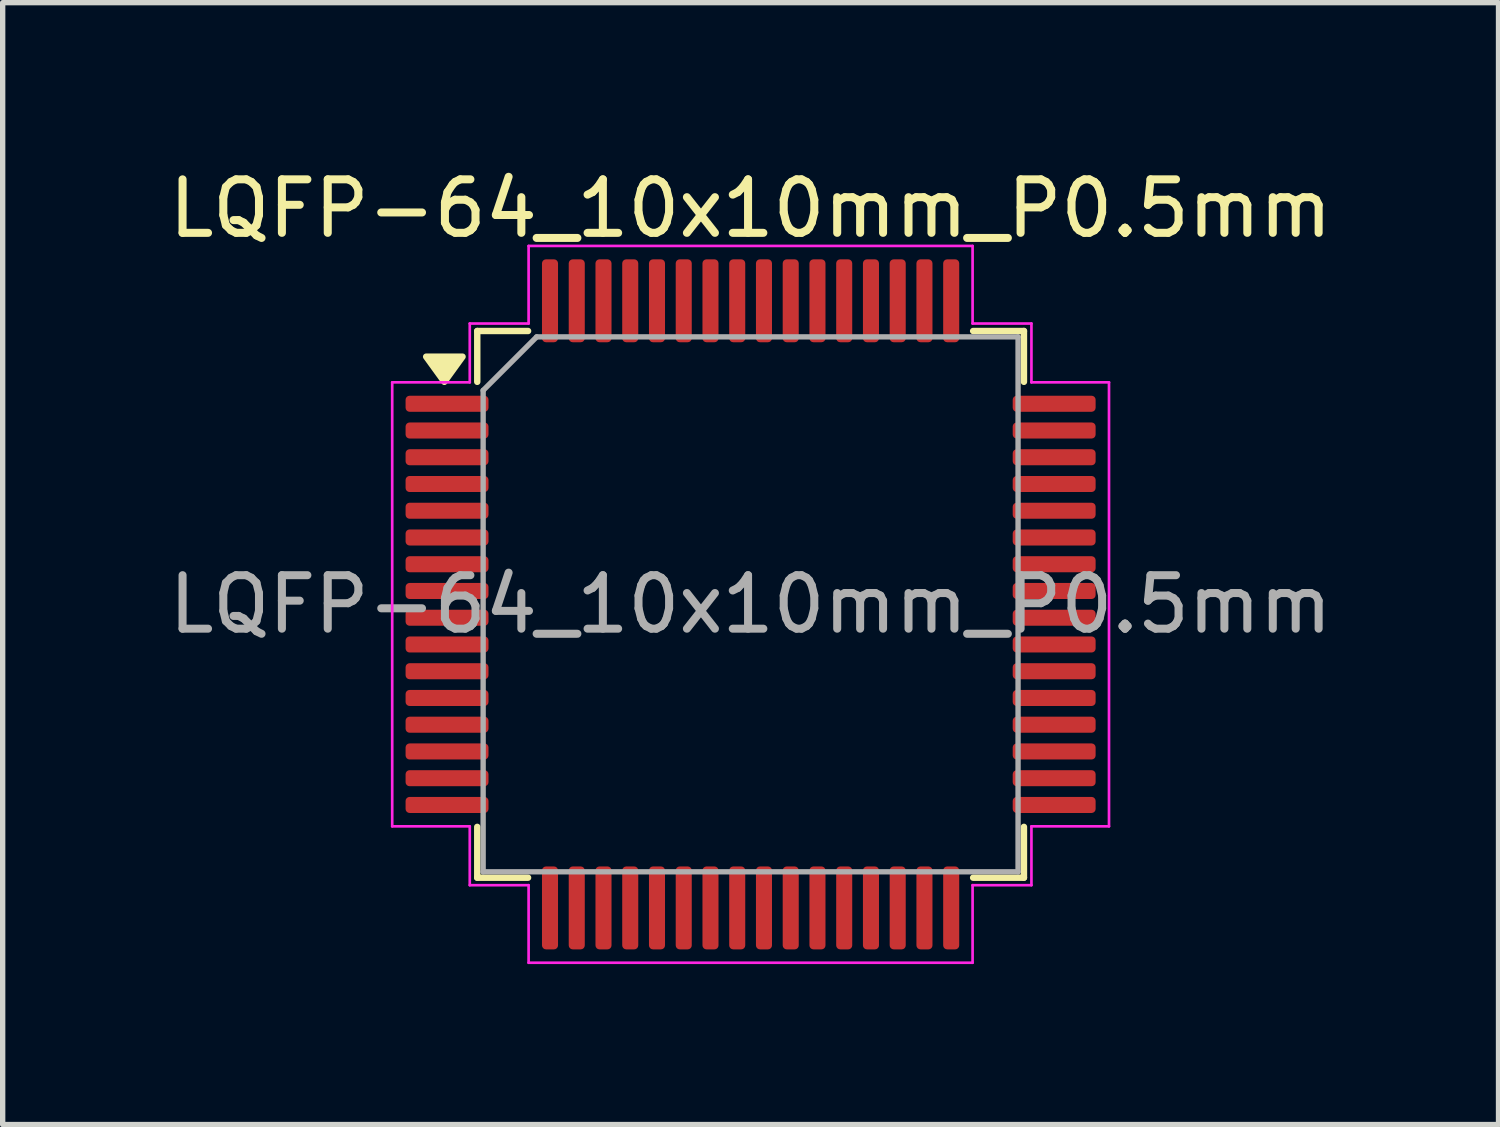
<source format=kicad_pcb>
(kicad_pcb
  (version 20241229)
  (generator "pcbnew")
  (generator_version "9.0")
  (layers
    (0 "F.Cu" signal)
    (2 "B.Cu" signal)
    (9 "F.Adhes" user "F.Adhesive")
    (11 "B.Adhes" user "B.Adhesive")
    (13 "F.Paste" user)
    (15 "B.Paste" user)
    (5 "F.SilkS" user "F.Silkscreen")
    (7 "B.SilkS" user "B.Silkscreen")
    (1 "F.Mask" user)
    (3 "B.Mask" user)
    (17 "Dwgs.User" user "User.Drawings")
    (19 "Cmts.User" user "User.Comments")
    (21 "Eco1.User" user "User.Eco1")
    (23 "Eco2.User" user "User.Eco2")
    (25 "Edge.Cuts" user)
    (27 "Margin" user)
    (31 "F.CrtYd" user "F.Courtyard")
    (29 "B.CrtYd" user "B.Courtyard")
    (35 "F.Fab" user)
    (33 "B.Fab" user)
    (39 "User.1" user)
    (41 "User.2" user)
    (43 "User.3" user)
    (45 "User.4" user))
  (footprint "LQFP-64_10x10mm_P0.5mm"
    (layer "F.Cu")
    (at 10.982 8.248)
    (property "Reference" "LQFP-64_10x10mm_P0.5mm" (at 0 -7.4 0) (layer "F.SilkS") (effects (font (size 1 1) (thickness 0.15))))
    (attr smd)
    (fp_line (start -5.11 -5.11) (end -5.11 -4.16) (stroke (width 0.12) (type solid)) (layer "F.SilkS"))
    (fp_line (start -5.11 5.11) (end -5.11 4.16) (stroke (width 0.12) (type solid)) (layer "F.SilkS"))
    (fp_line (start -4.16 -5.11) (end -5.11 -5.11) (stroke (width 0.12) (type solid)) (layer "F.SilkS"))
    (fp_line (start -4.16 5.11) (end -5.11 5.11) (stroke (width 0.12) (type solid)) (layer "F.SilkS"))
    (fp_line (start 4.16 -5.11) (end 5.11 -5.11) (stroke (width 0.12) (type solid)) (layer "F.SilkS"))
    (fp_line (start 4.16 5.11) (end 5.11 5.11) (stroke (width 0.12) (type solid)) (layer "F.SilkS"))
    (fp_line (start 5.11 -5.11) (end 5.11 -4.16) (stroke (width 0.12) (type solid)) (layer "F.SilkS"))
    (fp_line (start 5.11 5.11) (end 5.11 4.16) (stroke (width 0.12) (type solid)) (layer "F.SilkS"))
    (fp_poly (pts (xy -5.725 -4.16) (xy -6.065 -4.63) (xy -5.385 -4.63)) (stroke (width 0.12) (type solid)) (fill yes) (layer "F.SilkS"))
    (fp_line (start -6.7 -4.15) (end -5.25 -4.15) (stroke (width 0.05) (type solid)) (layer "F.CrtYd"))
    (fp_line (start -6.7 4.15) (end -6.7 -4.15) (stroke (width 0.05) (type solid)) (layer "F.CrtYd"))
    (fp_line (start -5.25 -5.25) (end -4.15 -5.25) (stroke (width 0.05) (type solid)) (layer "F.CrtYd"))
    (fp_line (start -5.25 -4.15) (end -5.25 -5.25) (stroke (width 0.05) (type solid)) (layer "F.CrtYd"))
    (fp_line (start -5.25 4.15) (end -6.7 4.15) (stroke (width 0.05) (type solid)) (layer "F.CrtYd"))
    (fp_line (start -5.25 5.25) (end -5.25 4.15) (stroke (width 0.05) (type solid)) (layer "F.CrtYd"))
    (fp_line (start -4.15 -6.7) (end 4.15 -6.7) (stroke (width 0.05) (type solid)) (layer "F.CrtYd"))
    (fp_line (start -4.15 -5.25) (end -4.15 -6.7) (stroke (width 0.05) (type solid)) (layer "F.CrtYd"))
    (fp_line (start -4.15 5.25) (end -5.25 5.25) (stroke (width 0.05) (type solid)) (layer "F.CrtYd"))
    (fp_line (start -4.15 6.7) (end -4.15 5.25) (stroke (width 0.05) (type solid)) (layer "F.CrtYd"))
    (fp_line (start 4.15 -6.7) (end 4.15 -5.25) (stroke (width 0.05) (type solid)) (layer "F.CrtYd"))
    (fp_line (start 4.15 -5.25) (end 5.25 -5.25) (stroke (width 0.05) (type solid)) (layer "F.CrtYd"))
    (fp_line (start 4.15 5.25) (end 4.15 6.7) (stroke (width 0.05) (type solid)) (layer "F.CrtYd"))
    (fp_line (start 4.15 6.7) (end -4.15 6.7) (stroke (width 0.05) (type solid)) (layer "F.CrtYd"))
    (fp_line (start 5.25 -5.25) (end 5.25 -4.15) (stroke (width 0.05) (type solid)) (layer "F.CrtYd"))
    (fp_line (start 5.25 -4.15) (end 6.7 -4.15) (stroke (width 0.05) (type solid)) (layer "F.CrtYd"))
    (fp_line (start 5.25 4.15) (end 5.25 5.25) (stroke (width 0.05) (type solid)) (layer "F.CrtYd"))
    (fp_line (start 5.25 5.25) (end 4.15 5.25) (stroke (width 0.05) (type solid)) (layer "F.CrtYd"))
    (fp_line (start 6.7 -4.15) (end 6.7 4.15) (stroke (width 0.05) (type solid)) (layer "F.CrtYd"))
    (fp_line (start 6.7 4.15) (end 5.25 4.15) (stroke (width 0.05) (type solid)) (layer "F.CrtYd"))
    (fp_line (start -5 -4) (end -4 -5) (stroke (width 0.1) (type solid)) (layer "F.Fab"))
    (fp_line (start -5 5) (end -5 -4) (stroke (width 0.1) (type solid)) (layer "F.Fab"))
    (fp_line (start -4 -5) (end 5 -5) (stroke (width 0.1) (type solid)) (layer "F.Fab"))
    (fp_line (start 5 -5) (end 5 5) (stroke (width 0.1) (type solid)) (layer "F.Fab"))
    (fp_line (start 5 5) (end -5 5) (stroke (width 0.1) (type solid)) (layer "F.Fab"))
    (fp_text user "${REFERENCE}" (at 0 0 0) (layer "F.Fab") (effects (font (size 1 1) (thickness 0.15))))
    (pad "1" smd roundrect (at -5.675 -3.75) (size 1.55 0.3) (layers "F.Cu" "F.Mask" "F.Paste") (roundrect_rratio 0.25))
    (pad "2" smd roundrect (at -5.675 -3.25) (size 1.55 0.3) (layers "F.Cu" "F.Mask" "F.Paste") (roundrect_rratio 0.25))
    (pad "3" smd roundrect (at -5.675 -2.75) (size 1.55 0.3) (layers "F.Cu" "F.Mask" "F.Paste") (roundrect_rratio 0.25))
    (pad "4" smd roundrect (at -5.675 -2.25) (size 1.55 0.3) (layers "F.Cu" "F.Mask" "F.Paste") (roundrect_rratio 0.25))
    (pad "5" smd roundrect (at -5.675 -1.75) (size 1.55 0.3) (layers "F.Cu" "F.Mask" "F.Paste") (roundrect_rratio 0.25))
    (pad "6" smd roundrect (at -5.675 -1.25) (size 1.55 0.3) (layers "F.Cu" "F.Mask" "F.Paste") (roundrect_rratio 0.25))
    (pad "7" smd roundrect (at -5.675 -0.75) (size 1.55 0.3) (layers "F.Cu" "F.Mask" "F.Paste") (roundrect_rratio 0.25))
    (pad "8" smd roundrect (at -5.675 -0.25) (size 1.55 0.3) (layers "F.Cu" "F.Mask" "F.Paste") (roundrect_rratio 0.25))
    (pad "9" smd roundrect (at -5.675 0.25) (size 1.55 0.3) (layers "F.Cu" "F.Mask" "F.Paste") (roundrect_rratio 0.25))
    (pad "10" smd roundrect (at -5.675 0.75) (size 1.55 0.3) (layers "F.Cu" "F.Mask" "F.Paste") (roundrect_rratio 0.25))
    (pad "11" smd roundrect (at -5.675 1.25) (size 1.55 0.3) (layers "F.Cu" "F.Mask" "F.Paste") (roundrect_rratio 0.25))
    (pad "12" smd roundrect (at -5.675 1.75) (size 1.55 0.3) (layers "F.Cu" "F.Mask" "F.Paste") (roundrect_rratio 0.25))
    (pad "13" smd roundrect (at -5.675 2.25) (size 1.55 0.3) (layers "F.Cu" "F.Mask" "F.Paste") (roundrect_rratio 0.25))
    (pad "14" smd roundrect (at -5.675 2.75) (size 1.55 0.3) (layers "F.Cu" "F.Mask" "F.Paste") (roundrect_rratio 0.25))
    (pad "15" smd roundrect (at -5.675 3.25) (size 1.55 0.3) (layers "F.Cu" "F.Mask" "F.Paste") (roundrect_rratio 0.25))
    (pad "16" smd roundrect (at -5.675 3.75) (size 1.55 0.3) (layers "F.Cu" "F.Mask" "F.Paste") (roundrect_rratio 0.25))
    (pad "17" smd roundrect (at -3.75 5.675) (size 0.3 1.55) (layers "F.Cu" "F.Mask" "F.Paste") (roundrect_rratio 0.25))
    (pad "18" smd roundrect (at -3.25 5.675) (size 0.3 1.55) (layers "F.Cu" "F.Mask" "F.Paste") (roundrect_rratio 0.25))
    (pad "19" smd roundrect (at -2.75 5.675) (size 0.3 1.55) (layers "F.Cu" "F.Mask" "F.Paste") (roundrect_rratio 0.25))
    (pad "20" smd roundrect (at -2.25 5.675) (size 0.3 1.55) (layers "F.Cu" "F.Mask" "F.Paste") (roundrect_rratio 0.25))
    (pad "21" smd roundrect (at -1.75 5.675) (size 0.3 1.55) (layers "F.Cu" "F.Mask" "F.Paste") (roundrect_rratio 0.25))
    (pad "22" smd roundrect (at -1.25 5.675) (size 0.3 1.55) (layers "F.Cu" "F.Mask" "F.Paste") (roundrect_rratio 0.25))
    (pad "23" smd roundrect (at -0.75 5.675) (size 0.3 1.55) (layers "F.Cu" "F.Mask" "F.Paste") (roundrect_rratio 0.25))
    (pad "24" smd roundrect (at -0.25 5.675) (size 0.3 1.55) (layers "F.Cu" "F.Mask" "F.Paste") (roundrect_rratio 0.25))
    (pad "25" smd roundrect (at 0.25 5.675) (size 0.3 1.55) (layers "F.Cu" "F.Mask" "F.Paste") (roundrect_rratio 0.25))
    (pad "26" smd roundrect (at 0.75 5.675) (size 0.3 1.55) (layers "F.Cu" "F.Mask" "F.Paste") (roundrect_rratio 0.25))
    (pad "27" smd roundrect (at 1.25 5.675) (size 0.3 1.55) (layers "F.Cu" "F.Mask" "F.Paste") (roundrect_rratio 0.25))
    (pad "28" smd roundrect (at 1.75 5.675) (size 0.3 1.55) (layers "F.Cu" "F.Mask" "F.Paste") (roundrect_rratio 0.25))
    (pad "29" smd roundrect (at 2.25 5.675) (size 0.3 1.55) (layers "F.Cu" "F.Mask" "F.Paste") (roundrect_rratio 0.25))
    (pad "30" smd roundrect (at 2.75 5.675) (size 0.3 1.55) (layers "F.Cu" "F.Mask" "F.Paste") (roundrect_rratio 0.25))
    (pad "31" smd roundrect (at 3.25 5.675) (size 0.3 1.55) (layers "F.Cu" "F.Mask" "F.Paste") (roundrect_rratio 0.25))
    (pad "32" smd roundrect (at 3.75 5.675) (size 0.3 1.55) (layers "F.Cu" "F.Mask" "F.Paste") (roundrect_rratio 0.25))
    (pad "33" smd roundrect (at 5.675 3.75) (size 1.55 0.3) (layers "F.Cu" "F.Mask" "F.Paste") (roundrect_rratio 0.25))
    (pad "34" smd roundrect (at 5.675 3.25) (size 1.55 0.3) (layers "F.Cu" "F.Mask" "F.Paste") (roundrect_rratio 0.25))
    (pad "35" smd roundrect (at 5.675 2.75) (size 1.55 0.3) (layers "F.Cu" "F.Mask" "F.Paste") (roundrect_rratio 0.25))
    (pad "36" smd roundrect (at 5.675 2.25) (size 1.55 0.3) (layers "F.Cu" "F.Mask" "F.Paste") (roundrect_rratio 0.25))
    (pad "37" smd roundrect (at 5.675 1.75) (size 1.55 0.3) (layers "F.Cu" "F.Mask" "F.Paste") (roundrect_rratio 0.25))
    (pad "38" smd roundrect (at 5.675 1.25) (size 1.55 0.3) (layers "F.Cu" "F.Mask" "F.Paste") (roundrect_rratio 0.25))
    (pad "39" smd roundrect (at 5.675 0.75) (size 1.55 0.3) (layers "F.Cu" "F.Mask" "F.Paste") (roundrect_rratio 0.25))
    (pad "40" smd roundrect (at 5.675 0.25) (size 1.55 0.3) (layers "F.Cu" "F.Mask" "F.Paste") (roundrect_rratio 0.25))
    (pad "41" smd roundrect (at 5.675 -0.25) (size 1.55 0.3) (layers "F.Cu" "F.Mask" "F.Paste") (roundrect_rratio 0.25))
    (pad "42" smd roundrect (at 5.675 -0.75) (size 1.55 0.3) (layers "F.Cu" "F.Mask" "F.Paste") (roundrect_rratio 0.25))
    (pad "43" smd roundrect (at 5.675 -1.25) (size 1.55 0.3) (layers "F.Cu" "F.Mask" "F.Paste") (roundrect_rratio 0.25))
    (pad "44" smd roundrect (at 5.675 -1.75) (size 1.55 0.3) (layers "F.Cu" "F.Mask" "F.Paste") (roundrect_rratio 0.25))
    (pad "45" smd roundrect (at 5.675 -2.25) (size 1.55 0.3) (layers "F.Cu" "F.Mask" "F.Paste") (roundrect_rratio 0.25))
    (pad "46" smd roundrect (at 5.675 -2.75) (size 1.55 0.3) (layers "F.Cu" "F.Mask" "F.Paste") (roundrect_rratio 0.25))
    (pad "47" smd roundrect (at 5.675 -3.25) (size 1.55 0.3) (layers "F.Cu" "F.Mask" "F.Paste") (roundrect_rratio 0.25))
    (pad "48" smd roundrect (at 5.675 -3.75) (size 1.55 0.3) (layers "F.Cu" "F.Mask" "F.Paste") (roundrect_rratio 0.25))
    (pad "49" smd roundrect (at 3.75 -5.675) (size 0.3 1.55) (layers "F.Cu" "F.Mask" "F.Paste") (roundrect_rratio 0.25))
    (pad "50" smd roundrect (at 3.25 -5.675) (size 0.3 1.55) (layers "F.Cu" "F.Mask" "F.Paste") (roundrect_rratio 0.25))
    (pad "51" smd roundrect (at 2.75 -5.675) (size 0.3 1.55) (layers "F.Cu" "F.Mask" "F.Paste") (roundrect_rratio 0.25))
    (pad "52" smd roundrect (at 2.25 -5.675) (size 0.3 1.55) (layers "F.Cu" "F.Mask" "F.Paste") (roundrect_rratio 0.25))
    (pad "53" smd roundrect (at 1.75 -5.675) (size 0.3 1.55) (layers "F.Cu" "F.Mask" "F.Paste") (roundrect_rratio 0.25))
    (pad "54" smd roundrect (at 1.25 -5.675) (size 0.3 1.55) (layers "F.Cu" "F.Mask" "F.Paste") (roundrect_rratio 0.25))
    (pad "55" smd roundrect (at 0.75 -5.675) (size 0.3 1.55) (layers "F.Cu" "F.Mask" "F.Paste") (roundrect_rratio 0.25))
    (pad "56" smd roundrect (at 0.25 -5.675) (size 0.3 1.55) (layers "F.Cu" "F.Mask" "F.Paste") (roundrect_rratio 0.25))
    (pad "57" smd roundrect (at -0.25 -5.675) (size 0.3 1.55) (layers "F.Cu" "F.Mask" "F.Paste") (roundrect_rratio 0.25))
    (pad "58" smd roundrect (at -0.75 -5.675) (size 0.3 1.55) (layers "F.Cu" "F.Mask" "F.Paste") (roundrect_rratio 0.25))
    (pad "59" smd roundrect (at -1.25 -5.675) (size 0.3 1.55) (layers "F.Cu" "F.Mask" "F.Paste") (roundrect_rratio 0.25))
    (pad "60" smd roundrect (at -1.75 -5.675) (size 0.3 1.55) (layers "F.Cu" "F.Mask" "F.Paste") (roundrect_rratio 0.25))
    (pad "61" smd roundrect (at -2.25 -5.675) (size 0.3 1.55) (layers "F.Cu" "F.Mask" "F.Paste") (roundrect_rratio 0.25))
    (pad "62" smd roundrect (at -2.75 -5.675) (size 0.3 1.55) (layers "F.Cu" "F.Mask" "F.Paste") (roundrect_rratio 0.25))
    (pad "63" smd roundrect (at -3.25 -5.675) (size 0.3 1.55) (layers "F.Cu" "F.Mask" "F.Paste") (roundrect_rratio 0.25))
    (pad "64" smd roundrect (at -3.75 -5.675) (size 0.3 1.55) (layers "F.Cu" "F.Mask" "F.Paste") (roundrect_rratio 0.25)))
  (gr_rect
    (start -3 -3)
    (end 24.964 17.973)
    (stroke (width 0.1) (type default))
    (fill no)
    (layer "Edge.Cuts")))
</source>
